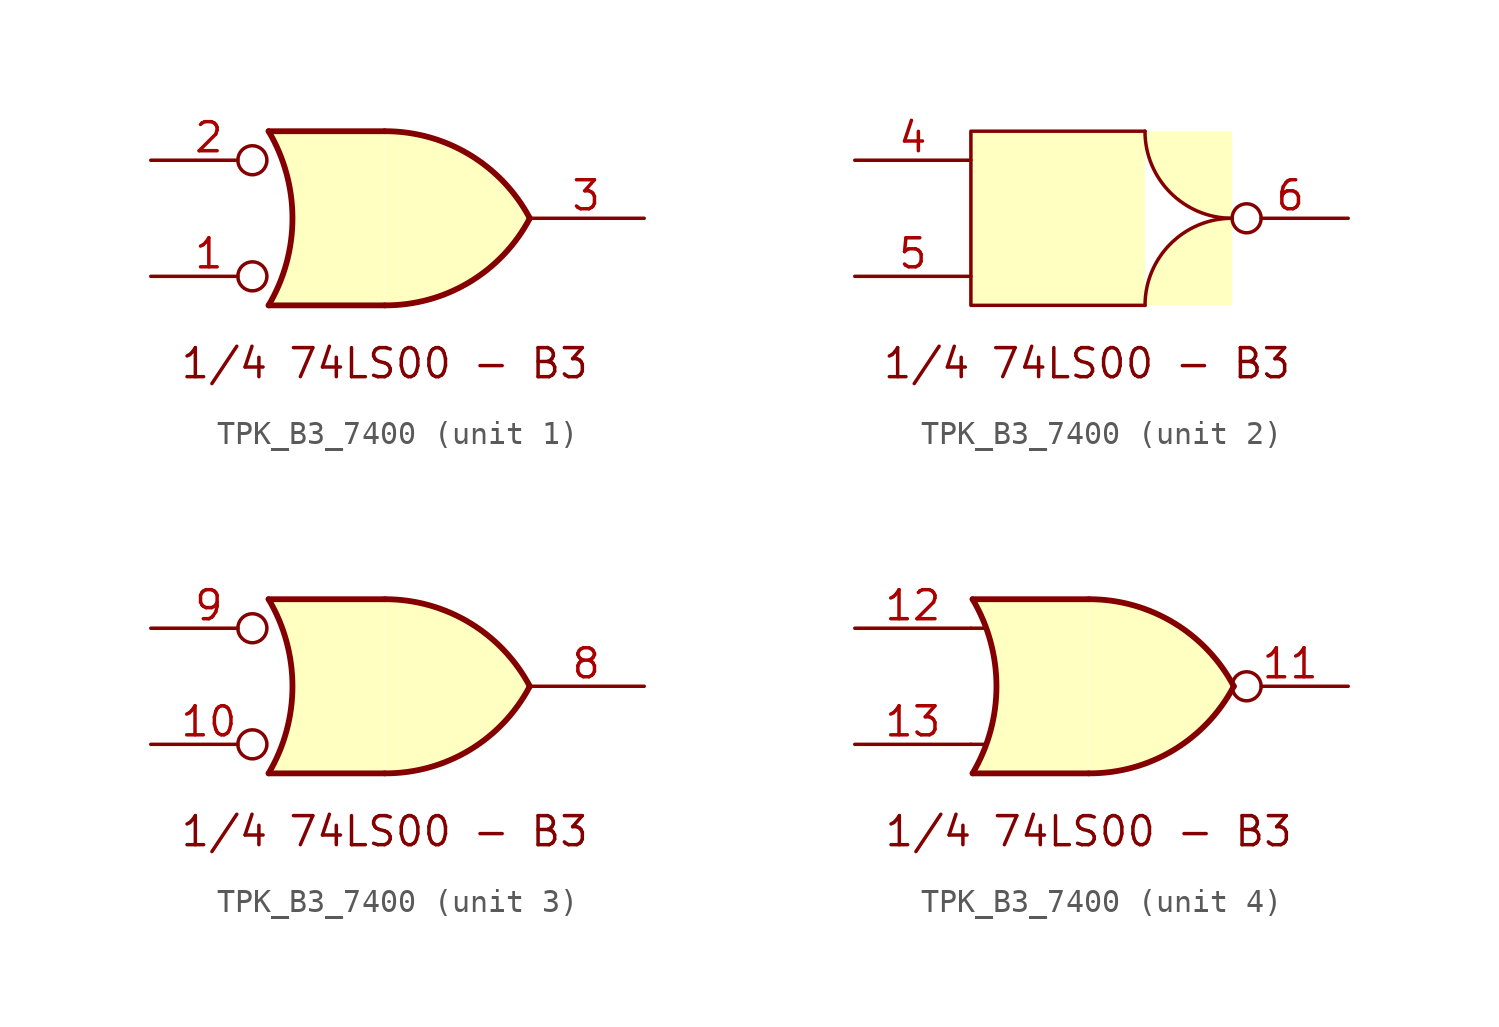
<source format=kicad_sym>
(kicad_symbol_lib
  (version 20211014)
  (generator kicad_symbol_editor)
  (symbol "TPK_B3_7400"
    (property "Reference" "U"
      (at -26.67 17.78 0)
      (effects (font (size 1.27 1.27)) hide))
    (property "ki_locked" ""
      (at 0 0 0)
      (effects (font (size 1.27 1.27))))
    (symbol "TPK_B3_7400_1_1"
      (arc (start -5.0056 -3.81) (mid -3.9608 0) (end -5.0056 3.81) (stroke (width 0.254) (type default) (color 0 0 0 0)) (fill (type none)))
      (polyline (pts (xy -5.006 -3.81) (xy 0.074 -3.81)) (stroke (width 0.254) (type default) (color 0 0 0 0)) (fill (type background)))
      (polyline (pts (xy -5.006 3.81) (xy 0.074 3.81)) (stroke (width 0.254) (type default) (color 0 0 0 0)) (fill (type background)))
      (polyline (pts (xy 0.074 3.81) (xy -5.006 3.81) (xy -5.006 3.81) (xy -5.006 3.81) (xy -5.006 3.81) (xy -4.091 1.676) (xy -3.938 0.432) (xy -3.964 -0.864) (xy -4.192 -2.108) (xy -5.006 -3.81) (xy -5.006 -3.81) (xy -5.006 -3.81) (xy 0.074 -3.81)) (stroke (width -25.4) (type default) (color 0 0 0 0)) (fill (type background)))
      (arc (start 0.0744 -3.81) (mid 3.7829 -2.7942) (end 6.4244 0) (stroke (width 0.254) (type default) (color 0 0 0 0)) (fill (type background)))
      (arc (start 6.4244 0) (mid 3.7795 2.7885) (end 0.0744 3.81) (stroke (width 0.254) (type default) (color 0 0 0 0)) (fill (type background)))
      (text "1/4 74LS00 - B3" (at 0.074 -6.35 0) (effects (font (size 1.27 1.27))))
      (pin passive inverted (at -10.16 -2.54 0) (length 5.08) (name "" (effects (font (size 1.27 1.27)))) (number "1" (effects (font (size 1.27 1.27)))))
      (pin passive inverted (at -10.16 2.54 0) (length 5.08) (name "" (effects (font (size 1.27 1.27)))) (number "2" (effects (font (size 1.27 1.27)))))
      (pin passive line (at 11.43 0 180) (length 5.08) (name "" (effects (font (size 1.27 1.27)))) (number "3" (effects (font (size 1.27 1.27))))))
    (symbol "TPK_B3_7400_2_1"
      (polyline (pts (xy 2.54 3.81) (xy -5.08 3.81) (xy -5.08 -3.81) (xy 2.54 -3.81)) (stroke (width 0) (type default) (color 0 0 0 0)) (fill (type background)))
      (arc (start 2.54 3.81) (mid -0.1541 -2.6941) (end 6.35 0) (stroke (width 0) (type default) (color 0 0 0 0)) (fill (type background)))
      (arc (start 6.35 0) (mid -0.1541 2.6941) (end 2.54 -3.81) (stroke (width 0) (type default) (color 0 0 0 0)) (fill (type background)))
      (text "1/4 74LS00 - B3" (at 0 -6.35 0) (effects (font (size 1.27 1.27))))
      (pin passive line (at -10.16 2.54 0) (length 5.08) (name "" (effects (font (size 1.27 1.27)))) (number "4" (effects (font (size 1.27 1.27)))))
      (pin passive line (at -10.16 -2.54 0) (length 5.08) (name "" (effects (font (size 1.27 1.27)))) (number "5" (effects (font (size 1.27 1.27)))))
      (pin passive inverted (at 11.43 0 180) (length 5.08) (name "" (effects (font (size 1.27 1.27)))) (number "6" (effects (font (size 1.27 1.27))))))
    (symbol "TPK_B3_7400_3_1"
      (arc (start -5.0056 -3.81) (mid -3.9608 0) (end -5.0056 3.81) (stroke (width 0.254) (type default) (color 0 0 0 0)) (fill (type none)))
      (polyline (pts (xy -5.006 -3.81) (xy 0.074 -3.81)) (stroke (width 0.254) (type default) (color 0 0 0 0)) (fill (type background)))
      (polyline (pts (xy -5.006 3.81) (xy 0.074 3.81)) (stroke (width 0.254) (type default) (color 0 0 0 0)) (fill (type background)))
      (polyline (pts (xy 0.074 3.81) (xy -5.006 3.81) (xy -5.006 3.81) (xy -5.006 3.81) (xy -5.006 3.81) (xy -4.091 1.676) (xy -3.938 0.432) (xy -3.964 -0.864) (xy -4.192 -2.108) (xy -5.006 -3.81) (xy -5.006 -3.81) (xy -5.006 -3.81) (xy 0.074 -3.81)) (stroke (width -25.4) (type default) (color 0 0 0 0)) (fill (type background)))
      (arc (start 0.0744 -3.81) (mid 3.7829 -2.7942) (end 6.4244 0) (stroke (width 0.254) (type default) (color 0 0 0 0)) (fill (type background)))
      (arc (start 6.4244 0) (mid 3.7795 2.7885) (end 0.0744 3.81) (stroke (width 0.254) (type default) (color 0 0 0 0)) (fill (type background)))
      (text "1/4 74LS00 - B3" (at 0.074 -6.35 0) (effects (font (size 1.27 1.27))))
      (pin passive inverted (at -10.16 -2.54 0) (length 5.08) (name "" (effects (font (size 1.27 1.27)))) (number "10" (effects (font (size 1.27 1.27)))))
      (pin passive line (at 11.43 0 180) (length 5.08) (name "" (effects (font (size 1.27 1.27)))) (number "8" (effects (font (size 1.27 1.27)))))
      (pin passive inverted (at -10.16 2.54 0) (length 5.08) (name "" (effects (font (size 1.27 1.27)))) (number "9" (effects (font (size 1.27 1.27))))))
    (symbol "TPK_B3_7400_4_1"
      (arc (start -5.0056 -3.81) (mid -3.9608 0) (end -5.0056 3.81) (stroke (width 0.254) (type default) (color 0 0 0 0)) (fill (type none)))
      (polyline (pts (xy -5.08 -2.54) (xy -4.445 -2.54)) (stroke (width 0) (type default) (color 0 0 0 0)) (fill (type none)))
      (polyline (pts (xy -5.08 2.54) (xy -4.445 2.54)) (stroke (width 0) (type default) (color 0 0 0 0)) (fill (type none)))
      (polyline (pts (xy -5.006 -3.81) (xy 0.074 -3.81)) (stroke (width 0.254) (type default) (color 0 0 0 0)) (fill (type background)))
      (polyline (pts (xy -5.006 3.81) (xy 0.074 3.81)) (stroke (width 0.254) (type default) (color 0 0 0 0)) (fill (type background)))
      (polyline (pts (xy 0.074 3.81) (xy -5.006 3.81) (xy -5.006 3.81) (xy -5.006 3.81) (xy -5.006 3.81) (xy -4.091 1.676) (xy -3.938 0.432) (xy -3.964 -0.864) (xy -4.192 -2.108) (xy -5.006 -3.81) (xy -5.006 -3.81) (xy -5.006 -3.81) (xy 0.074 -3.81)) (stroke (width -25.4) (type default) (color 0 0 0 0)) (fill (type background)))
      (arc (start 0.0744 -3.81) (mid 3.7829 -2.7942) (end 6.4244 0) (stroke (width 0.254) (type default) (color 0 0 0 0)) (fill (type background)))
      (arc (start 6.4244 0) (mid 3.7795 2.7885) (end 0.0744 3.81) (stroke (width 0.254) (type default) (color 0 0 0 0)) (fill (type background)))
      (text "1/4 74LS00 - B3" (at 0.074 -6.35 0) (effects (font (size 1.27 1.27))))
      (pin passive inverted (at 11.43 0 180) (length 5.08) (name "" (effects (font (size 1.27 1.27)))) (number "11" (effects (font (size 1.27 1.27)))))
      (pin passive line (at -10.16 2.54 0) (length 5.08) (name "" (effects (font (size 1.27 1.27)))) (number "12" (effects (font (size 1.27 1.27)))))
      (pin passive line (at -10.16 -2.54 0) (length 5.08) (name "" (effects (font (size 1.27 1.27)))) (number "13" (effects (font (size 1.27 1.27))))))))
</source>
